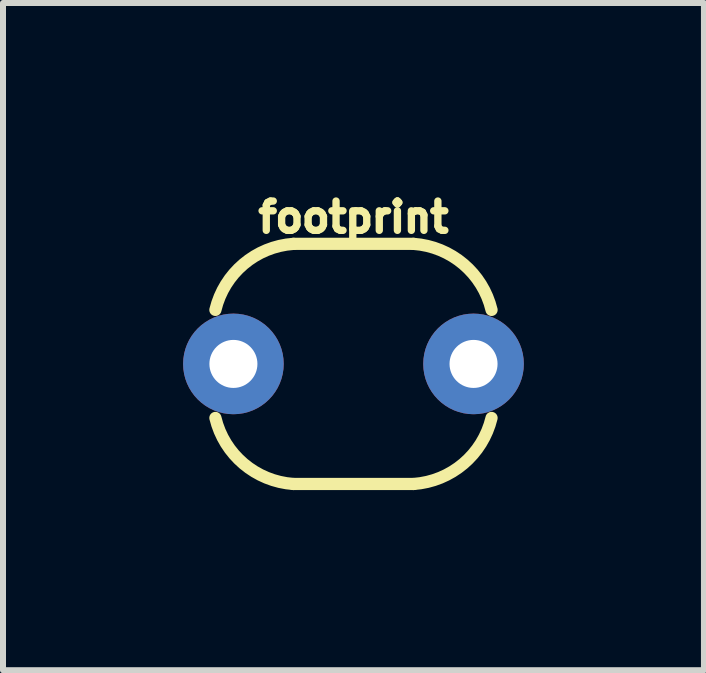
<source format=kicad_pcb>
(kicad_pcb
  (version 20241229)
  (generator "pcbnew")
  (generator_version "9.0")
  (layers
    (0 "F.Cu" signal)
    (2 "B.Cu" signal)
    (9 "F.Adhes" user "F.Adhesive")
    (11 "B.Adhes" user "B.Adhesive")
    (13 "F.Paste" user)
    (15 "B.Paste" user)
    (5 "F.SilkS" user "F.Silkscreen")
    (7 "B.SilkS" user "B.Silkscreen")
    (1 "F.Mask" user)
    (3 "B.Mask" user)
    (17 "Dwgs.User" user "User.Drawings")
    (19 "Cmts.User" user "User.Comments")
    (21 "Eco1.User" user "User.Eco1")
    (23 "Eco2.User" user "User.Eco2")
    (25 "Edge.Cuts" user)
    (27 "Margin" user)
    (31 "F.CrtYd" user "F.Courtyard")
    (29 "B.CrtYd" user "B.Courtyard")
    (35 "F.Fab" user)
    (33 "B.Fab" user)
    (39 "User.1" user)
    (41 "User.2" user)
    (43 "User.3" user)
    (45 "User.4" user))
  (footprint "footprint"
    (layer "F.Cu")
    (at 2.838 3.012)
    (property "Reference" "footprint" (at 0 -2.159 0) (layer "F.SilkS") (effects (font (size 0.488 0.488) (thickness 0.122)) (justify bottom)))
    (fp_line (start -1 -2) (end 1 -2) (stroke (width 0.203) (type solid)) (layer "F.SilkS"))
    (fp_line (start 1 2) (end -1 2) (stroke (width 0.203) (type solid)) (layer "F.SilkS"))
    (fp_arc (start -2.299999 -0.899999) (mid -1.830277 -1.663054) (end -1 -2) (stroke (width 0.2032) (type solid)) (layer "F.SilkS"))
    (fp_arc (start -1 2) (mid -1.830294 1.663074) (end -2.3 0.9) (stroke (width 0.2032) (type solid)) (layer "F.SilkS"))
    (fp_arc (start 1 -2) (mid 1.830294 -1.663074) (end 2.3 -0.9) (stroke (width 0.2032) (type solid)) (layer "F.SilkS"))
    (fp_arc (start 2.299999 0.899999) (mid 1.830277 1.663054) (end 1 2) (stroke (width 0.2032) (type solid)) (layer "F.SilkS"))
    (pad "1" thru_hole circle (at -2 0) (size 1.676 1.676) (drill 0.8) (layers "*.Cu" "*.Mask"))
    (pad "2" thru_hole circle (at 2 0) (size 1.676 1.676) (drill 0.8) (layers "*.Cu" "*.Mask")))
  (gr_rect
    (start -3 -3)
    (end 8.676 8.114)
    (stroke (width 0.1) (type default))
    (fill no)
    (layer "Edge.Cuts")))
</source>
